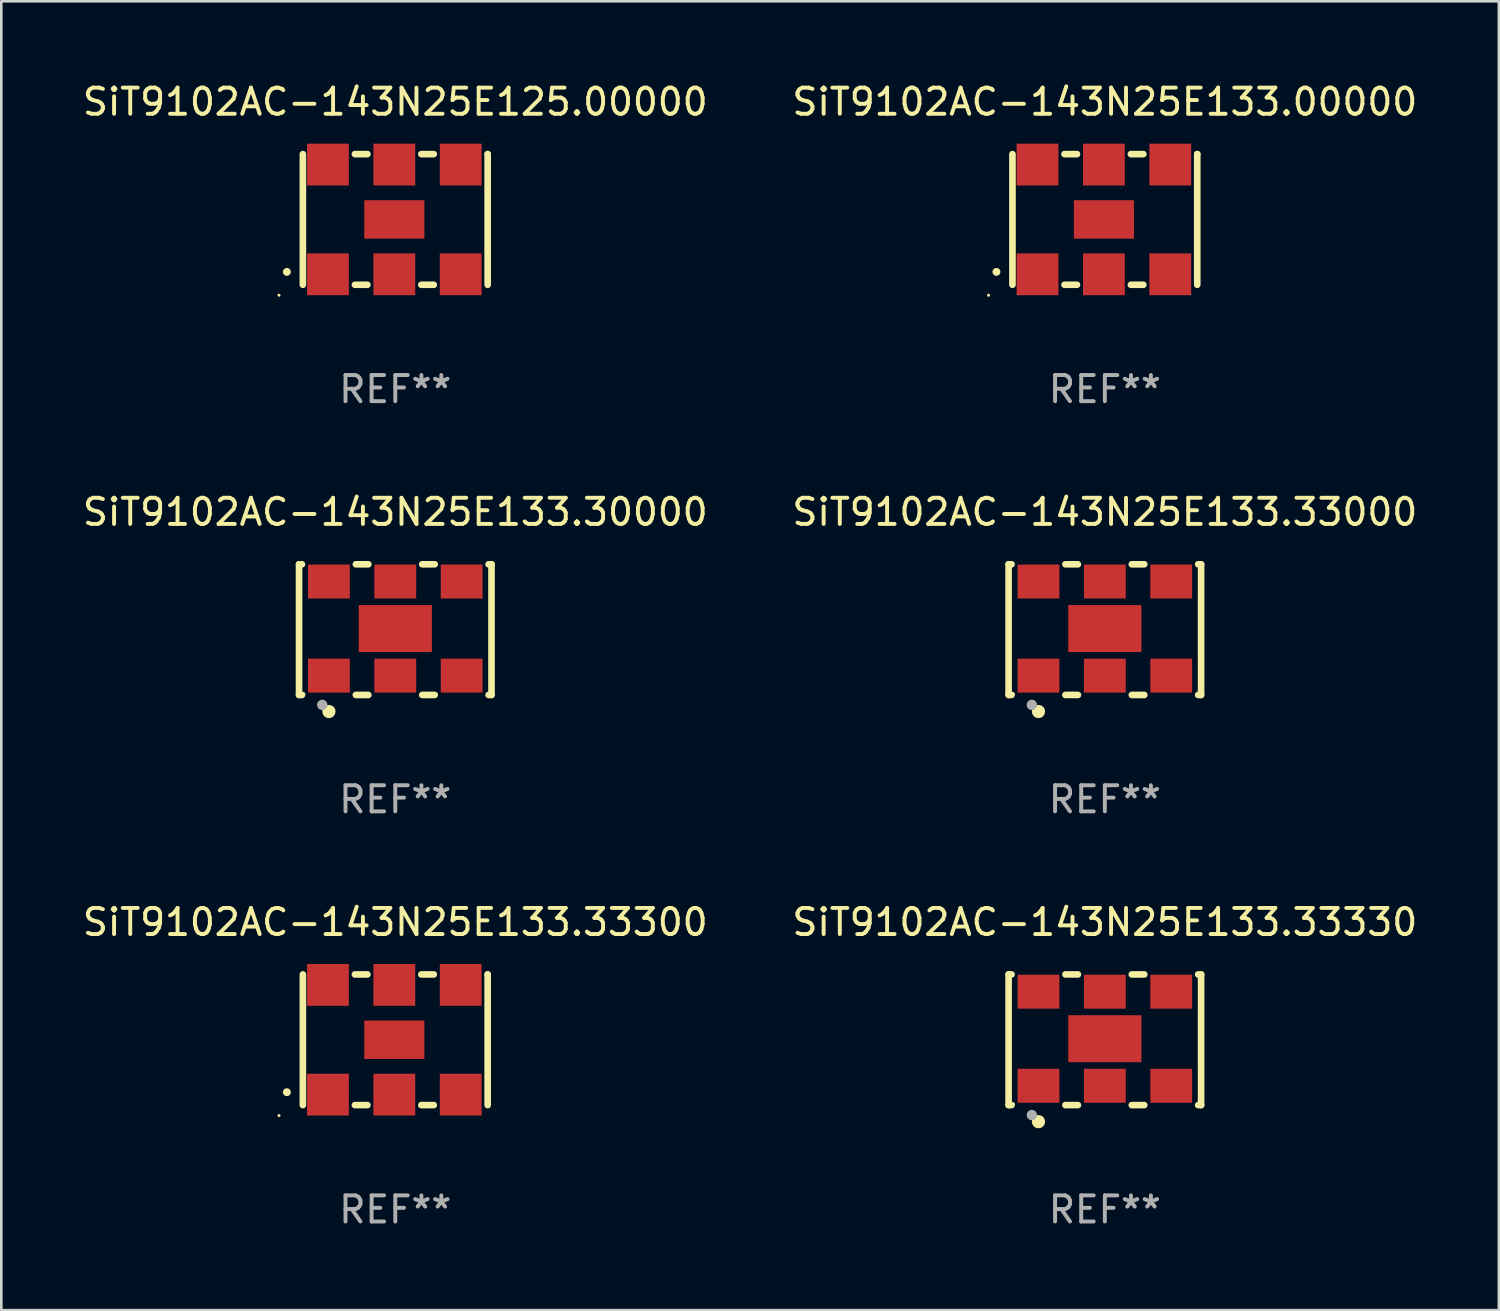
<source format=kicad_pcb>
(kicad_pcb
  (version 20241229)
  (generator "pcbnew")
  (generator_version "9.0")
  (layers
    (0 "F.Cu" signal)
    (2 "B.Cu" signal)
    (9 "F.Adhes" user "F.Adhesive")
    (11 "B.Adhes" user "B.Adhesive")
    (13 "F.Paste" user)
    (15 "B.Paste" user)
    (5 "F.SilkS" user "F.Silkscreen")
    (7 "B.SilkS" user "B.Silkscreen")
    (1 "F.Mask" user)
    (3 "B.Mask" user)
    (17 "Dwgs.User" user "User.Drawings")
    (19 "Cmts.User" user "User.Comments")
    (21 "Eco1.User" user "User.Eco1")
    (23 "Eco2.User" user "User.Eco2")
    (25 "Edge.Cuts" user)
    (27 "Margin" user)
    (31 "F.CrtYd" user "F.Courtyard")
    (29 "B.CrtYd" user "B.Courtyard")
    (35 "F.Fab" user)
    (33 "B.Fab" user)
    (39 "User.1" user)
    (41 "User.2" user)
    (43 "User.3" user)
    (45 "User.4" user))
  (footprint "SiT9102AC-143N25E133.33300"
    (layer "F.Cu")
    (at 12.077 36.741)
    (property "Reference" "SiT9102AC-143N25E133.33300" (at 0 -4.5 0) (layer "F.SilkS") (effects (font (size 1 1) (thickness 0.15))))
    (attr through_hole)
    (fp_line (start -3.536 -2.5) (end -3.536 2.5) (stroke (width 0.254) (type solid)) (layer "F.SilkS"))
    (fp_line (start -1.544 2.5) (end -1.067 2.5) (stroke (width 0.254) (type solid)) (layer "F.SilkS"))
    (fp_line (start -1.067 -2.5) (end -1.544 -2.5) (stroke (width 0.254) (type solid)) (layer "F.SilkS"))
    (fp_line (start 0.996 2.5) (end 1.473 2.5) (stroke (width 0.254) (type solid)) (layer "F.SilkS"))
    (fp_line (start 1.473 -2.5) (end 0.996 -2.5) (stroke (width 0.254) (type solid)) (layer "F.SilkS"))
    (fp_line (start 3.536 -2.5) (end 3.536 -2.5) (stroke (width 0.254) (type solid)) (layer "F.SilkS"))
    (fp_line (start 3.536 2.5) (end 3.536 -2.5) (stroke (width 0.254) (type solid)) (layer "F.SilkS"))
    (fp_arc (start -4.150432 2.006604) (mid -4.149162 2.006599) (end -4.147892 2.006604) (stroke (width 0.3) (type solid)) (layer "F.SilkS"))
    (fp_circle (center -4.449 2.9) (end -4.419 2.9) (stroke (width 0.06) (type solid)) (fill no) (layer "F.SilkS"))
    (fp_text user "REF**" (at 0 6.5 0) (layer "F.Fab") (effects (font (size 1 1) (thickness 0.15))))
    (pad "1" smd rect (at -2.576 2.1) (size 1.6 1.6) (layers "F.Cu" "F.Mask" "F.Paste"))
    (pad "2" smd rect (at -0.036 2.1) (size 1.6 1.6) (layers "F.Cu" "F.Mask" "F.Paste"))
    (pad "3" smd rect (at 2.504 2.1) (size 1.6 1.6) (layers "F.Cu" "F.Mask" "F.Paste"))
    (pad "4" smd rect (at 2.504 -2.1) (size 1.6 1.6) (layers "F.Cu" "F.Mask" "F.Paste"))
    (pad "5" smd rect (at -0.036 -2.1) (size 1.6 1.6) (layers "F.Cu" "F.Mask" "F.Paste"))
    (pad "6" smd rect (at -2.576 -2.1) (size 1.6 1.6) (layers "F.Cu" "F.Mask" "F.Paste"))
    (pad "7" smd rect (at -0.036 0) (size 2.3 1.47) (layers "F.Cu" "F.Mask" "F.Paste")))
  (footprint "SiT9102AC-143N25E133.33330"
    (layer "F.Cu")
    (at 39.232 36.741)
    (property "Reference" "SiT9102AC-143N25E133.33330" (at 0 -4.5 0) (layer "F.SilkS") (effects (font (size 1 1) (thickness 0.15))))
    (attr through_hole)
    (fp_line (start -3.683 -2.5) (end -3.571 -2.5) (stroke (width 0.254) (type solid)) (layer "F.SilkS"))
    (fp_line (start -3.683 2.5) (end -3.683 -2.5) (stroke (width 0.254) (type solid)) (layer "F.SilkS"))
    (fp_line (start -3.683 2.5) (end -3.571 2.5) (stroke (width 0.254) (type solid)) (layer "F.SilkS"))
    (fp_line (start -1.509 -2.5) (end -1.031 -2.5) (stroke (width 0.254) (type solid)) (layer "F.SilkS"))
    (fp_line (start -1.509 2.5) (end -1.031 2.5) (stroke (width 0.254) (type solid)) (layer "F.SilkS"))
    (fp_line (start 1.031 -2.5) (end 1.509 -2.5) (stroke (width 0.254) (type solid)) (layer "F.SilkS"))
    (fp_line (start 1.031 2.5) (end 1.509 2.5) (stroke (width 0.254) (type solid)) (layer "F.SilkS"))
    (fp_line (start 3.571 -2.5) (end 3.683 -2.5) (stroke (width 0.254) (type solid)) (layer "F.SilkS"))
    (fp_line (start 3.571 2.5) (end 3.683 2.5) (stroke (width 0.254) (type solid)) (layer "F.SilkS"))
    (fp_line (start 3.683 2.5) (end 3.683 -2.5) (stroke (width 0.254) (type solid)) (layer "F.SilkS"))
    (fp_circle (center -3.5 2.46) (end -3.47 2.46) (stroke (width 0.06) (type solid)) (fill no) (layer "F.SilkS"))
    (fp_circle (center -2.54 3.135) (end -2.413 3.135) (stroke (width 0.254) (type solid)) (fill no) (layer "F.SilkS"))
    (fp_circle (center -2.794 2.881) (end -2.694 2.881) (stroke (width 0.2) (type solid)) (fill no) (layer "F.Fab"))
    (fp_text user "REF**" (at 0 6.5 0) (layer "F.Fab") (effects (font (size 1 1) (thickness 0.15))))
    (pad "1" smd rect (at -2.54 1.76) (size 1.6 1.3) (layers "F.Cu" "F.Mask" "F.Paste"))
    (pad "2" smd rect (at 0 1.76) (size 1.6 1.3) (layers "F.Cu" "F.Mask" "F.Paste"))
    (pad "3" smd rect (at 2.54 1.76) (size 1.6 1.3) (layers "F.Cu" "F.Mask" "F.Paste"))
    (pad "4" smd rect (at 2.54 -1.84) (size 1.6 1.3) (layers "F.Cu" "F.Mask" "F.Paste"))
    (pad "5" smd rect (at 0 -1.84) (size 1.6 1.3) (layers "F.Cu" "F.Mask" "F.Paste"))
    (pad "6" smd rect (at -2.54 -1.84) (size 1.6 1.3) (layers "F.Cu" "F.Mask" "F.Paste"))
    (pad "7" smd rect (at 0 -0.04) (size 2.8 1.8) (layers "F.Cu" "F.Mask" "F.Paste")))
  (footprint "SiT9102AC-143N25E125.00000"
    (layer "F.Cu")
    (at 12.077 5.348)
    (property "Reference" "SiT9102AC-143N25E125.00000" (at 0 -4.5 0) (layer "F.SilkS") (effects (font (size 1 1) (thickness 0.15))))
    (attr through_hole)
    (fp_line (start -3.536 -2.5) (end -3.536 2.5) (stroke (width 0.254) (type solid)) (layer "F.SilkS"))
    (fp_line (start -1.544 2.5) (end -1.067 2.5) (stroke (width 0.254) (type solid)) (layer "F.SilkS"))
    (fp_line (start -1.067 -2.5) (end -1.544 -2.5) (stroke (width 0.254) (type solid)) (layer "F.SilkS"))
    (fp_line (start 0.996 2.5) (end 1.473 2.5) (stroke (width 0.254) (type solid)) (layer "F.SilkS"))
    (fp_line (start 1.473 -2.5) (end 0.996 -2.5) (stroke (width 0.254) (type solid)) (layer "F.SilkS"))
    (fp_line (start 3.536 -2.5) (end 3.536 -2.5) (stroke (width 0.254) (type solid)) (layer "F.SilkS"))
    (fp_line (start 3.536 2.5) (end 3.536 -2.5) (stroke (width 0.254) (type solid)) (layer "F.SilkS"))
    (fp_arc (start -4.150432 2.006604) (mid -4.149162 2.006599) (end -4.147892 2.006604) (stroke (width 0.3) (type solid)) (layer "F.SilkS"))
    (fp_circle (center -4.449 2.9) (end -4.419 2.9) (stroke (width 0.06) (type solid)) (fill no) (layer "F.SilkS"))
    (fp_text user "REF**" (at 0 6.5 0) (layer "F.Fab") (effects (font (size 1 1) (thickness 0.15))))
    (pad "1" smd rect (at -2.576 2.1) (size 1.6 1.6) (layers "F.Cu" "F.Mask" "F.Paste"))
    (pad "2" smd rect (at -0.036 2.1) (size 1.6 1.6) (layers "F.Cu" "F.Mask" "F.Paste"))
    (pad "3" smd rect (at 2.504 2.1) (size 1.6 1.6) (layers "F.Cu" "F.Mask" "F.Paste"))
    (pad "4" smd rect (at 2.504 -2.1) (size 1.6 1.6) (layers "F.Cu" "F.Mask" "F.Paste"))
    (pad "5" smd rect (at -0.036 -2.1) (size 1.6 1.6) (layers "F.Cu" "F.Mask" "F.Paste"))
    (pad "6" smd rect (at -2.576 -2.1) (size 1.6 1.6) (layers "F.Cu" "F.Mask" "F.Paste"))
    (pad "7" smd rect (at -0.036 0) (size 2.3 1.47) (layers "F.Cu" "F.Mask" "F.Paste")))
  (footprint "SiT9102AC-143N25E133.33000"
    (layer "F.Cu")
    (at 39.232 21.045)
    (property "Reference" "SiT9102AC-143N25E133.33000" (at 0 -4.5 0) (layer "F.SilkS") (effects (font (size 1 1) (thickness 0.15))))
    (attr through_hole)
    (fp_line (start -3.683 -2.5) (end -3.571 -2.5) (stroke (width 0.254) (type solid)) (layer "F.SilkS"))
    (fp_line (start -3.683 2.5) (end -3.683 -2.5) (stroke (width 0.254) (type solid)) (layer "F.SilkS"))
    (fp_line (start -3.683 2.5) (end -3.571 2.5) (stroke (width 0.254) (type solid)) (layer "F.SilkS"))
    (fp_line (start -1.509 -2.5) (end -1.031 -2.5) (stroke (width 0.254) (type solid)) (layer "F.SilkS"))
    (fp_line (start -1.509 2.5) (end -1.031 2.5) (stroke (width 0.254) (type solid)) (layer "F.SilkS"))
    (fp_line (start 1.031 -2.5) (end 1.509 -2.5) (stroke (width 0.254) (type solid)) (layer "F.SilkS"))
    (fp_line (start 1.031 2.5) (end 1.509 2.5) (stroke (width 0.254) (type solid)) (layer "F.SilkS"))
    (fp_line (start 3.571 -2.5) (end 3.683 -2.5) (stroke (width 0.254) (type solid)) (layer "F.SilkS"))
    (fp_line (start 3.571 2.5) (end 3.683 2.5) (stroke (width 0.254) (type solid)) (layer "F.SilkS"))
    (fp_line (start 3.683 2.5) (end 3.683 -2.5) (stroke (width 0.254) (type solid)) (layer "F.SilkS"))
    (fp_circle (center -3.5 2.46) (end -3.47 2.46) (stroke (width 0.06) (type solid)) (fill no) (layer "F.SilkS"))
    (fp_circle (center -2.54 3.135) (end -2.413 3.135) (stroke (width 0.254) (type solid)) (fill no) (layer "F.SilkS"))
    (fp_circle (center -2.794 2.881) (end -2.694 2.881) (stroke (width 0.2) (type solid)) (fill no) (layer "F.Fab"))
    (fp_text user "REF**" (at 0 6.5 0) (layer "F.Fab") (effects (font (size 1 1) (thickness 0.15))))
    (pad "1" smd rect (at -2.54 1.76) (size 1.6 1.3) (layers "F.Cu" "F.Mask" "F.Paste"))
    (pad "2" smd rect (at 0 1.76) (size 1.6 1.3) (layers "F.Cu" "F.Mask" "F.Paste"))
    (pad "3" smd rect (at 2.54 1.76) (size 1.6 1.3) (layers "F.Cu" "F.Mask" "F.Paste"))
    (pad "4" smd rect (at 2.54 -1.84) (size 1.6 1.3) (layers "F.Cu" "F.Mask" "F.Paste"))
    (pad "5" smd rect (at 0 -1.84) (size 1.6 1.3) (layers "F.Cu" "F.Mask" "F.Paste"))
    (pad "6" smd rect (at -2.54 -1.84) (size 1.6 1.3) (layers "F.Cu" "F.Mask" "F.Paste"))
    (pad "7" smd rect (at 0 -0.04) (size 2.8 1.8) (layers "F.Cu" "F.Mask" "F.Paste")))
  (footprint "SiT9102AC-143N25E133.00000"
    (layer "F.Cu")
    (at 39.232 5.348)
    (property "Reference" "SiT9102AC-143N25E133.00000" (at 0 -4.5 0) (layer "F.SilkS") (effects (font (size 1 1) (thickness 0.15))))
    (attr through_hole)
    (fp_line (start -3.536 -2.5) (end -3.536 2.5) (stroke (width 0.254) (type solid)) (layer "F.SilkS"))
    (fp_line (start -1.544 2.5) (end -1.067 2.5) (stroke (width 0.254) (type solid)) (layer "F.SilkS"))
    (fp_line (start -1.067 -2.5) (end -1.544 -2.5) (stroke (width 0.254) (type solid)) (layer "F.SilkS"))
    (fp_line (start 0.996 2.5) (end 1.473 2.5) (stroke (width 0.254) (type solid)) (layer "F.SilkS"))
    (fp_line (start 1.473 -2.5) (end 0.996 -2.5) (stroke (width 0.254) (type solid)) (layer "F.SilkS"))
    (fp_line (start 3.536 -2.5) (end 3.536 -2.5) (stroke (width 0.254) (type solid)) (layer "F.SilkS"))
    (fp_line (start 3.536 2.5) (end 3.536 -2.5) (stroke (width 0.254) (type solid)) (layer "F.SilkS"))
    (fp_arc (start -4.150432 2.006604) (mid -4.149162 2.006599) (end -4.147892 2.006604) (stroke (width 0.3) (type solid)) (layer "F.SilkS"))
    (fp_circle (center -4.449 2.9) (end -4.419 2.9) (stroke (width 0.06) (type solid)) (fill no) (layer "F.SilkS"))
    (fp_text user "REF**" (at 0 6.5 0) (layer "F.Fab") (effects (font (size 1 1) (thickness 0.15))))
    (pad "1" smd rect (at -2.576 2.1) (size 1.6 1.6) (layers "F.Cu" "F.Mask" "F.Paste"))
    (pad "2" smd rect (at -0.036 2.1) (size 1.6 1.6) (layers "F.Cu" "F.Mask" "F.Paste"))
    (pad "3" smd rect (at 2.504 2.1) (size 1.6 1.6) (layers "F.Cu" "F.Mask" "F.Paste"))
    (pad "4" smd rect (at 2.504 -2.1) (size 1.6 1.6) (layers "F.Cu" "F.Mask" "F.Paste"))
    (pad "5" smd rect (at -0.036 -2.1) (size 1.6 1.6) (layers "F.Cu" "F.Mask" "F.Paste"))
    (pad "6" smd rect (at -2.576 -2.1) (size 1.6 1.6) (layers "F.Cu" "F.Mask" "F.Paste"))
    (pad "7" smd rect (at -0.036 0) (size 2.3 1.47) (layers "F.Cu" "F.Mask" "F.Paste")))
  (footprint "SiT9102AC-143N25E133.30000"
    (layer "F.Cu")
    (at 12.077 21.045)
    (property "Reference" "SiT9102AC-143N25E133.30000" (at 0 -4.5 0) (layer "F.SilkS") (effects (font (size 1 1) (thickness 0.15))))
    (attr through_hole)
    (fp_line (start -3.683 -2.5) (end -3.571 -2.5) (stroke (width 0.254) (type solid)) (layer "F.SilkS"))
    (fp_line (start -3.683 2.5) (end -3.683 -2.5) (stroke (width 0.254) (type solid)) (layer "F.SilkS"))
    (fp_line (start -3.683 2.5) (end -3.571 2.5) (stroke (width 0.254) (type solid)) (layer "F.SilkS"))
    (fp_line (start -1.509 -2.5) (end -1.031 -2.5) (stroke (width 0.254) (type solid)) (layer "F.SilkS"))
    (fp_line (start -1.509 2.5) (end -1.031 2.5) (stroke (width 0.254) (type solid)) (layer "F.SilkS"))
    (fp_line (start 1.031 -2.5) (end 1.509 -2.5) (stroke (width 0.254) (type solid)) (layer "F.SilkS"))
    (fp_line (start 1.031 2.5) (end 1.509 2.5) (stroke (width 0.254) (type solid)) (layer "F.SilkS"))
    (fp_line (start 3.571 -2.5) (end 3.683 -2.5) (stroke (width 0.254) (type solid)) (layer "F.SilkS"))
    (fp_line (start 3.571 2.5) (end 3.683 2.5) (stroke (width 0.254) (type solid)) (layer "F.SilkS"))
    (fp_line (start 3.683 2.5) (end 3.683 -2.5) (stroke (width 0.254) (type solid)) (layer "F.SilkS"))
    (fp_circle (center -3.5 2.46) (end -3.47 2.46) (stroke (width 0.06) (type solid)) (fill no) (layer "F.SilkS"))
    (fp_circle (center -2.54 3.135) (end -2.413 3.135) (stroke (width 0.254) (type solid)) (fill no) (layer "F.SilkS"))
    (fp_circle (center -2.794 2.881) (end -2.694 2.881) (stroke (width 0.2) (type solid)) (fill no) (layer "F.Fab"))
    (fp_text user "REF**" (at 0 6.5 0) (layer "F.Fab") (effects (font (size 1 1) (thickness 0.15))))
    (pad "1" smd rect (at -2.54 1.76) (size 1.6 1.3) (layers "F.Cu" "F.Mask" "F.Paste"))
    (pad "2" smd rect (at 0 1.76) (size 1.6 1.3) (layers "F.Cu" "F.Mask" "F.Paste"))
    (pad "3" smd rect (at 2.54 1.76) (size 1.6 1.3) (layers "F.Cu" "F.Mask" "F.Paste"))
    (pad "4" smd rect (at 2.54 -1.84) (size 1.6 1.3) (layers "F.Cu" "F.Mask" "F.Paste"))
    (pad "5" smd rect (at 0 -1.84) (size 1.6 1.3) (layers "F.Cu" "F.Mask" "F.Paste"))
    (pad "6" smd rect (at -2.54 -1.84) (size 1.6 1.3) (layers "F.Cu" "F.Mask" "F.Paste"))
    (pad "7" smd rect (at 0 -0.04) (size 2.8 1.8) (layers "F.Cu" "F.Mask" "F.Paste")))
  (gr_rect
    (start -3 -3)
    (end 54.31 47.09)
    (stroke (width 0.1) (type default))
    (fill no)
    (layer "Edge.Cuts")))
</source>
